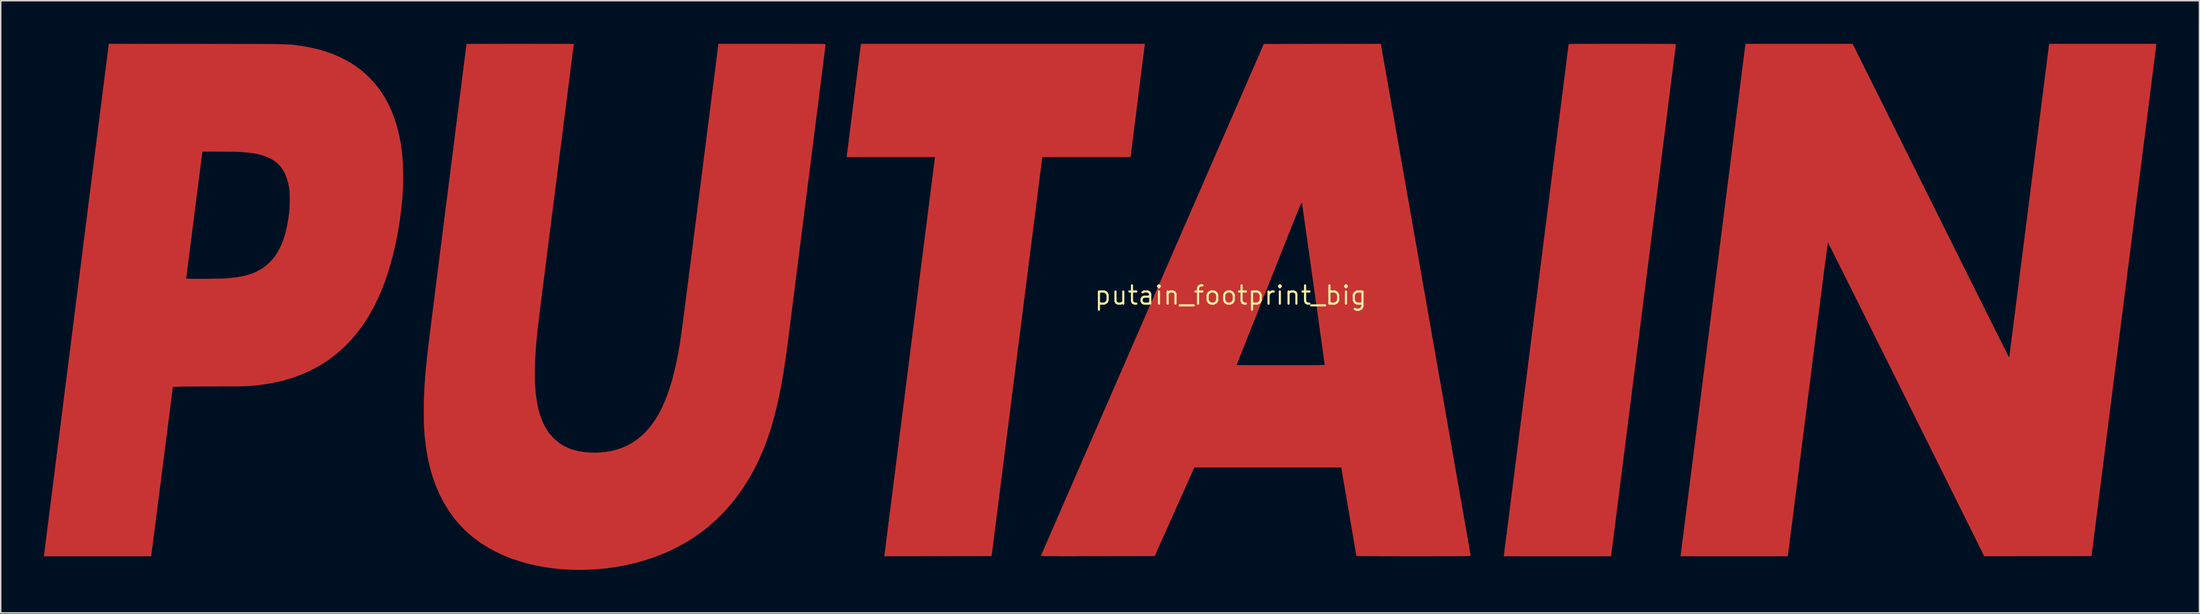
<source format=kicad_pcb>
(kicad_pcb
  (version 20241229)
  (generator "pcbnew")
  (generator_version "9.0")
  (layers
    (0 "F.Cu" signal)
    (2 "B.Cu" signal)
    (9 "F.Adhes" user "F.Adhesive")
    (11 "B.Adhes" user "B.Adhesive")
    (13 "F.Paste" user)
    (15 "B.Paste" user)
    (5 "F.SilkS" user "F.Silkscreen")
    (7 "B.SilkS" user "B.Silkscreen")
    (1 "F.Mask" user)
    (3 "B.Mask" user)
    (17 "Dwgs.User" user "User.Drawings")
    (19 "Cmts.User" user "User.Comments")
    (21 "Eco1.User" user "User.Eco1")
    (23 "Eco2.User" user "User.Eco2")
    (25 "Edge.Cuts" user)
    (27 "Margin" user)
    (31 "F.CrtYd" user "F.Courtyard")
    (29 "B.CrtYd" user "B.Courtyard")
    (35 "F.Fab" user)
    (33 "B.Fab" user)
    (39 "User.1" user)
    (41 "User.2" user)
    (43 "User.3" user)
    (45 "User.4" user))
  (footprint "putain_footprint_big"
    (layer "F.Cu")
    (at 82.517 17.511)
    (property "Reference" "putain_footprint_big" (at 0 0 0) (layer "F.SilkS") (effects (font (size 1.27 1.27) (thickness 0.15))))
    (attr through_hole)
    (fp_poly (pts (xy -5.981 -17.447) (xy -5.984 -17.42) (xy -5.993 -17.353) (xy -6.006 -17.249) (xy -6.024 -17.109) (xy -6.046 -16.935) (xy -6.072 -16.73) (xy -6.102 -16.496) (xy -6.135 -16.235) (xy -6.171 -15.949) (xy -6.21 -15.64) (xy -6.251 -15.311) (xy -6.295 -14.963) (xy -6.34 -14.598) (xy -6.388 -14.22) (xy -6.437 -13.829) (xy -6.467 -13.589) (xy -6.517 -13.192) (xy -6.565 -12.805) (xy -6.612 -12.431) (xy -6.657 -12.072) (xy -6.7 -11.73) (xy -6.74 -11.407) (xy -6.778 -11.105) (xy -6.813 -10.828) (xy -6.845 -10.575) (xy -6.873 -10.351) (xy -6.898 -10.157) (xy -6.918 -9.995) (xy -6.935 -9.867) (xy -6.946 -9.775) (xy -6.953 -9.722) (xy -6.955 -9.71) (xy -6.968 -9.631) (xy -10.035 -9.631) (xy -10.392 -9.631) (xy -10.737 -9.631) (xy -11.068 -9.631) (xy -11.382 -9.63) (xy -11.678 -9.63) (xy -11.952 -9.63) (xy -12.203 -9.629) (xy -12.428 -9.629) (xy -12.625 -9.628) (xy -12.791 -9.628) (xy -12.924 -9.627) (xy -13.022 -9.627) (xy -13.083 -9.626) (xy -13.103 -9.626) (xy -13.106 -9.604) (xy -13.114 -9.542) (xy -13.127 -9.441) (xy -13.144 -9.3) (xy -13.167 -9.122) (xy -13.194 -8.907) (xy -13.226 -8.657) (xy -13.262 -8.373) (xy -13.302 -8.055) (xy -13.347 -7.705) (xy -13.395 -7.324) (xy -13.447 -6.913) (xy -13.503 -6.474) (xy -13.562 -6.006) (xy -13.625 -5.512) (xy -13.691 -4.992) (xy -13.76 -4.448) (xy -13.832 -3.88) (xy -13.907 -3.29) (xy -13.985 -2.679) (xy -14.065 -2.047) (xy -14.147 -1.397) (xy -14.232 -0.729) (xy -14.319 -0.044) (xy -14.408 0.657) (xy -14.499 1.373) (xy -14.591 2.102) (xy -14.685 2.843) (xy -14.781 3.596) (xy -14.866 4.265) (xy -16.627 18.15) (xy -20.355 18.156) (xy -24.082 18.161) (xy -24.074 18.113) (xy -24.071 18.09) (xy -24.062 18.026) (xy -24.049 17.921) (xy -24.031 17.779) (xy -24.008 17.598) (xy -23.98 17.381) (xy -23.948 17.129) (xy -23.912 16.842) (xy -23.871 16.523) (xy -23.826 16.171) (xy -23.778 15.788) (xy -23.726 15.375) (xy -23.67 14.934) (xy -23.61 14.465) (xy -23.547 13.969) (xy -23.481 13.448) (xy -23.412 12.903) (xy -23.34 12.334) (xy -23.265 11.743) (xy -23.187 11.131) (xy -23.107 10.499) (xy -23.025 9.848) (xy -22.94 9.18) (xy -22.853 8.495) (xy -22.764 7.794) (xy -22.674 7.079) (xy -22.582 6.351) (xy -22.488 5.61) (xy -22.392 4.858) (xy -22.32 4.286) (xy -22.224 3.527) (xy -22.129 2.777) (xy -22.035 2.039) (xy -21.943 1.314) (xy -21.853 0.602) (xy -21.765 -0.095) (xy -21.678 -0.777) (xy -21.594 -1.442) (xy -21.512 -2.088) (xy -21.433 -2.716) (xy -21.356 -3.324) (xy -21.281 -3.91) (xy -21.21 -4.474) (xy -21.141 -5.014) (xy -21.076 -5.53) (xy -21.014 -6.02) (xy -20.955 -6.483) (xy -20.899 -6.918) (xy -20.848 -7.324) (xy -20.8 -7.7) (xy -20.756 -8.045) (xy -20.717 -8.358) (xy -20.681 -8.637) (xy -20.65 -8.882) (xy -20.623 -9.09) (xy -20.601 -9.263) (xy -20.584 -9.397) (xy -20.572 -9.492) (xy -20.565 -9.548) (xy -20.563 -9.562) (xy -20.551 -9.631) (xy -26.697 -9.631) (xy -26.686 -9.71) (xy -26.683 -9.739) (xy -26.674 -9.808) (xy -26.66 -9.915) (xy -26.642 -10.057) (xy -26.62 -10.233) (xy -26.594 -10.44) (xy -26.565 -10.676) (xy -26.532 -10.939) (xy -26.495 -11.227) (xy -26.456 -11.538) (xy -26.415 -11.87) (xy -26.371 -12.221) (xy -26.324 -12.587) (xy -26.277 -12.968) (xy -26.227 -13.361) (xy -26.191 -13.647) (xy -25.707 -17.505) (xy -15.838 -17.505) (xy -5.97 -17.505) (xy -5.981 -17.447)) (stroke (width 0.01) (type solid)) (fill yes) (layer "F.Cu"))
    (fp_poly (pts (xy 27.688 -17.505) (xy 28.114 -17.505) (xy 28.503 -17.505) (xy 28.854 -17.504) (xy 29.17 -17.504) (xy 29.453 -17.504) (xy 29.704 -17.503) (xy 29.926 -17.502) (xy 30.121 -17.501) (xy 30.289 -17.5) (xy 30.433 -17.499) (xy 30.555 -17.497) (xy 30.656 -17.496) (xy 30.738 -17.494) (xy 30.804 -17.491) (xy 30.855 -17.489) (xy 30.892 -17.486) (xy 30.918 -17.482) (xy 30.934 -17.479) (xy 30.943 -17.475) (xy 30.946 -17.471) (xy 30.946 -17.47) (xy 30.943 -17.448) (xy 30.935 -17.384) (xy 30.922 -17.281) (xy 30.905 -17.139) (xy 30.882 -16.961) (xy 30.855 -16.746) (xy 30.824 -16.496) (xy 30.788 -16.212) (xy 30.748 -15.896) (xy 30.705 -15.548) (xy 30.657 -15.171) (xy 30.606 -14.764) (xy 30.551 -14.329) (xy 30.493 -13.868) (xy 30.431 -13.381) (xy 30.367 -12.87) (xy 30.3 -12.336) (xy 30.229 -11.78) (xy 30.157 -11.203) (xy 30.081 -10.607) (xy 30.004 -9.992) (xy 29.924 -9.36) (xy 29.842 -8.712) (xy 29.758 -8.049) (xy 29.673 -7.373) (xy 29.586 -6.684) (xy 29.497 -5.983) (xy 29.407 -5.273) (xy 29.317 -4.554) (xy 29.225 -3.826) (xy 29.132 -3.093) (xy 29.038 -2.353) (xy 28.945 -1.61) (xy 28.85 -0.864) (xy 28.756 -0.115) (xy 28.661 0.634) (xy 28.566 1.382) (xy 28.472 2.129) (xy 28.378 2.873) (xy 28.284 3.613) (xy 28.191 4.348) (xy 28.099 5.076) (xy 28.008 5.797) (xy 27.918 6.509) (xy 27.829 7.211) (xy 27.741 7.902) (xy 27.656 8.581) (xy 27.571 9.246) (xy 27.489 9.897) (xy 27.409 10.532) (xy 27.331 11.149) (xy 27.255 11.749) (xy 27.181 12.329) (xy 27.11 12.888) (xy 27.042 13.426) (xy 26.977 13.941) (xy 26.915 14.432) (xy 26.856 14.898) (xy 26.8 15.337) (xy 26.748 15.748) (xy 26.699 16.131) (xy 26.655 16.483) (xy 26.614 16.805) (xy 26.577 17.094) (xy 26.544 17.35) (xy 26.516 17.57) (xy 26.493 17.755) (xy 26.474 17.903) (xy 26.46 18.013) (xy 26.451 18.083) (xy 26.447 18.113) (xy 26.447 18.113) (xy 26.436 18.161) (xy 18.988 18.161) (xy 18.998 18.103) (xy 19.001 18.078) (xy 19.01 18.013) (xy 19.023 17.907) (xy 19.041 17.764) (xy 19.064 17.583) (xy 19.092 17.367) (xy 19.124 17.115) (xy 19.16 16.83) (xy 19.201 16.512) (xy 19.245 16.163) (xy 19.293 15.784) (xy 19.345 15.376) (xy 19.4 14.94) (xy 19.458 14.477) (xy 19.52 13.989) (xy 19.585 13.477) (xy 19.653 12.942) (xy 19.723 12.385) (xy 19.797 11.807) (xy 19.872 11.21) (xy 19.95 10.595) (xy 20.03 9.962) (xy 20.112 9.313) (xy 20.196 8.65) (xy 20.282 7.973) (xy 20.369 7.283) (xy 20.458 6.582) (xy 20.548 5.872) (xy 20.639 5.152) (xy 20.731 4.425) (xy 20.823 3.691) (xy 20.917 2.951) (xy 21.011 2.208) (xy 21.105 1.462) (xy 21.2 0.713) (xy 21.295 -0.036) (xy 21.389 -0.784) (xy 21.483 -1.53) (xy 21.577 -2.274) (xy 21.671 -3.014) (xy 21.764 -3.748) (xy 21.856 -4.476) (xy 21.947 -5.196) (xy 22.037 -5.907) (xy 22.125 -6.609) (xy 22.212 -7.299) (xy 22.298 -7.977) (xy 22.382 -8.641) (xy 22.464 -9.291) (xy 22.544 -9.924) (xy 22.622 -10.541) (xy 22.697 -11.139) (xy 22.771 -11.718) (xy 22.841 -12.276) (xy 22.909 -12.813) (xy 22.974 -13.326) (xy 23.035 -13.816) (xy 23.094 -14.28) (xy 23.149 -14.717) (xy 23.201 -15.127) (xy 23.249 -15.508) (xy 23.293 -15.859) (xy 23.333 -16.179) (xy 23.369 -16.466) (xy 23.401 -16.719) (xy 23.429 -16.938) (xy 23.452 -17.121) (xy 23.47 -17.267) (xy 23.483 -17.374) (xy 23.492 -17.442) (xy 23.495 -17.47) (xy 23.495 -17.47) (xy 23.497 -17.474) (xy 23.505 -17.478) (xy 23.52 -17.482) (xy 23.545 -17.485) (xy 23.58 -17.488) (xy 23.628 -17.491) (xy 23.692 -17.493) (xy 23.771 -17.495) (xy 23.869 -17.497) (xy 23.987 -17.499) (xy 24.127 -17.5) (xy 24.291 -17.501) (xy 24.481 -17.502) (xy 24.698 -17.503) (xy 24.944 -17.503) (xy 25.221 -17.504) (xy 25.532 -17.504) (xy 25.877 -17.505) (xy 26.258 -17.505) (xy 26.678 -17.505) (xy 27.139 -17.505) (xy 27.22 -17.505) (xy 27.688 -17.505)) (stroke (width 0.01) (type solid)) (fill yes) (layer "F.Cu"))
    (fp_poly (pts (xy 48.654 -6.613) (xy 48.973 -5.972) (xy 49.287 -5.34) (xy 49.596 -4.719) (xy 49.899 -4.109) (xy 50.196 -3.513) (xy 50.487 -2.93) (xy 50.77 -2.361) (xy 51.045 -1.809) (xy 51.312 -1.273) (xy 51.57 -0.755) (xy 51.819 -0.256) (xy 52.058 0.223) (xy 52.286 0.68) (xy 52.503 1.116) (xy 52.709 1.528) (xy 52.903 1.916) (xy 53.084 2.278) (xy 53.252 2.615) (xy 53.407 2.923) (xy 53.547 3.203) (xy 53.673 3.454) (xy 53.784 3.674) (xy 53.878 3.862) (xy 53.957 4.018) (xy 54.019 4.139) (xy 54.063 4.226) (xy 54.09 4.277) (xy 54.098 4.291) (xy 54.127 4.296) (xy 54.133 4.294) (xy 54.136 4.273) (xy 54.144 4.211) (xy 54.158 4.109) (xy 54.176 3.969) (xy 54.199 3.792) (xy 54.226 3.58) (xy 54.258 3.332) (xy 54.294 3.052) (xy 54.334 2.739) (xy 54.378 2.395) (xy 54.425 2.022) (xy 54.477 1.62) (xy 54.531 1.191) (xy 54.589 0.737) (xy 54.651 0.257) (xy 54.715 -0.246) (xy 54.782 -0.771) (xy 54.851 -1.317) (xy 54.923 -1.883) (xy 54.998 -2.468) (xy 55.074 -3.07) (xy 55.153 -3.688) (xy 55.233 -4.32) (xy 55.315 -4.967) (xy 55.399 -5.625) (xy 55.484 -6.295) (xy 55.524 -6.609) (xy 56.907 -17.505) (xy 60.627 -17.505) (xy 64.347 -17.505) (xy 64.346 -17.447) (xy 64.343 -17.423) (xy 64.335 -17.358) (xy 64.322 -17.253) (xy 64.304 -17.11) (xy 64.282 -16.928) (xy 64.254 -16.709) (xy 64.222 -16.453) (xy 64.186 -16.163) (xy 64.145 -15.838) (xy 64.1 -15.48) (xy 64.051 -15.09) (xy 63.998 -14.668) (xy 63.941 -14.216) (xy 63.88 -13.735) (xy 63.816 -13.225) (xy 63.748 -12.688) (xy 63.677 -12.124) (xy 63.602 -11.535) (xy 63.525 -10.922) (xy 63.444 -10.284) (xy 63.361 -9.625) (xy 63.275 -8.943) (xy 63.186 -8.241) (xy 63.095 -7.519) (xy 63.001 -6.779) (xy 62.906 -6.021) (xy 62.808 -5.246) (xy 62.708 -4.455) (xy 62.606 -3.65) (xy 62.502 -2.83) (xy 62.397 -1.998) (xy 62.29 -1.154) (xy 62.182 -0.299) (xy 62.096 0.381) (xy 59.846 18.15) (xy 52.393 18.161) (xy 46.975 7.244) (xy 46.657 6.603) (xy 46.343 5.97) (xy 46.034 5.348) (xy 45.731 4.738) (xy 45.434 4.141) (xy 45.143 3.557) (xy 44.86 2.988) (xy 44.585 2.434) (xy 44.318 1.898) (xy 44.06 1.38) (xy 43.811 0.88) (xy 43.573 0.401) (xy 43.344 -0.058) (xy 43.127 -0.494) (xy 42.921 -0.907) (xy 42.727 -1.295) (xy 42.545 -1.658) (xy 42.377 -1.995) (xy 42.222 -2.305) (xy 42.081 -2.585) (xy 41.955 -2.837) (xy 41.844 -3.057) (xy 41.749 -3.246) (xy 41.67 -3.402) (xy 41.608 -3.525) (xy 41.563 -3.612) (xy 41.536 -3.663) (xy 41.527 -3.678) (xy 41.524 -3.672) (xy 41.519 -3.653) (xy 41.513 -3.618) (xy 41.505 -3.569) (xy 41.494 -3.503) (xy 41.482 -3.42) (xy 41.467 -3.318) (xy 41.451 -3.197) (xy 41.431 -3.056) (xy 41.409 -2.894) (xy 41.385 -2.71) (xy 41.357 -2.502) (xy 41.327 -2.271) (xy 41.293 -2.015) (xy 41.257 -1.733) (xy 41.217 -1.424) (xy 41.174 -1.088) (xy 41.127 -0.723) (xy 41.076 -0.328) (xy 41.022 0.097) (xy 40.963 0.554) (xy 40.901 1.043) (xy 40.834 1.566) (xy 40.763 2.123) (xy 40.688 2.715) (xy 40.608 3.344) (xy 40.524 4.009) (xy 40.435 4.713) (xy 40.341 5.456) (xy 40.242 6.239) (xy 40.137 7.063) (xy 40.124 7.17) (xy 40.039 7.843) (xy 39.955 8.507) (xy 39.872 9.159) (xy 39.791 9.798) (xy 39.712 10.422) (xy 39.635 11.032) (xy 39.56 11.625) (xy 39.487 12.2) (xy 39.417 12.757) (xy 39.349 13.292) (xy 39.284 13.807) (xy 39.221 14.298) (xy 39.162 14.766) (xy 39.106 15.208) (xy 39.053 15.623) (xy 39.004 16.011) (xy 38.959 16.37) (xy 38.917 16.699) (xy 38.879 16.996) (xy 38.846 17.26) (xy 38.817 17.49) (xy 38.792 17.685) (xy 38.772 17.843) (xy 38.756 17.964) (xy 38.746 18.046) (xy 38.741 18.087) (xy 38.74 18.092) (xy 38.729 18.161) (xy 31.28 18.161) (xy 31.292 18.071) (xy 31.296 18.046) (xy 31.304 17.98) (xy 31.317 17.873) (xy 31.336 17.728) (xy 31.359 17.544) (xy 31.387 17.324) (xy 31.42 17.067) (xy 31.457 16.775) (xy 31.498 16.449) (xy 31.543 16.09) (xy 31.593 15.698) (xy 31.646 15.275) (xy 31.704 14.822) (xy 31.765 14.34) (xy 31.829 13.829) (xy 31.898 13.291) (xy 31.969 12.726) (xy 32.044 12.137) (xy 32.121 11.522) (xy 32.202 10.884) (xy 32.286 10.224) (xy 32.372 9.542) (xy 32.461 8.84) (xy 32.552 8.118) (xy 32.646 7.378) (xy 32.741 6.62) (xy 32.839 5.845) (xy 32.939 5.055) (xy 33.041 4.25) (xy 33.145 3.431) (xy 33.25 2.6) (xy 33.356 1.757) (xy 33.464 0.903) (xy 33.538 0.318) (xy 33.647 -0.543) (xy 33.755 -1.394) (xy 33.861 -2.233) (xy 33.965 -3.06) (xy 34.068 -3.874) (xy 34.17 -4.675) (xy 34.269 -5.46) (xy 34.366 -6.229) (xy 34.461 -6.981) (xy 34.554 -7.716) (xy 34.645 -8.431) (xy 34.733 -9.126) (xy 34.818 -9.801) (xy 34.901 -10.454) (xy 34.98 -11.084) (xy 35.057 -11.69) (xy 35.131 -12.272) (xy 35.201 -12.828) (xy 35.268 -13.357) (xy 35.332 -13.858) (xy 35.391 -14.331) (xy 35.448 -14.774) (xy 35.5 -15.186) (xy 35.548 -15.567) (xy 35.592 -15.916) (xy 35.632 -16.23) (xy 35.668 -16.511) (xy 35.699 -16.755) (xy 35.725 -16.964) (xy 35.747 -17.135) (xy 35.764 -17.267) (xy 35.776 -17.36) (xy 35.782 -17.413) (xy 35.784 -17.425) (xy 35.797 -17.505) (xy 43.237 -17.505) (xy 48.654 -6.613)) (stroke (width 0.01) (type solid)) (fill yes) (layer "F.Cu"))
    (fp_poly (pts (xy 10.444 -17.447) (xy 10.449 -17.419) (xy 10.461 -17.351) (xy 10.48 -17.244) (xy 10.506 -17.099) (xy 10.538 -16.917) (xy 10.576 -16.699) (xy 10.62 -16.447) (xy 10.671 -16.161) (xy 10.726 -15.843) (xy 10.788 -15.494) (xy 10.854 -15.115) (xy 10.926 -14.708) (xy 11.002 -14.273) (xy 11.083 -13.812) (xy 11.169 -13.325) (xy 11.258 -12.815) (xy 11.352 -12.281) (xy 11.449 -11.726) (xy 11.55 -11.15) (xy 11.655 -10.555) (xy 11.762 -9.942) (xy 11.873 -9.312) (xy 11.986 -8.666) (xy 12.102 -8.005) (xy 12.22 -7.331) (xy 12.341 -6.644) (xy 12.463 -5.946) (xy 12.587 -5.238) (xy 12.713 -4.522) (xy 12.84 -3.797) (xy 12.968 -3.066) (xy 13.097 -2.33) (xy 13.227 -1.589) (xy 13.357 -0.846) (xy 13.488 -0.101) (xy 13.619 0.645) (xy 13.749 1.391) (xy 13.88 2.135) (xy 14.01 2.876) (xy 14.139 3.613) (xy 14.267 4.345) (xy 14.394 5.071) (xy 14.52 5.789) (xy 14.645 6.499) (xy 14.767 7.199) (xy 14.888 7.887) (xy 15.006 8.564) (xy 15.123 9.227) (xy 15.236 9.876) (xy 15.347 10.509) (xy 15.455 11.126) (xy 15.56 11.724) (xy 15.661 12.303) (xy 15.759 12.862) (xy 15.853 13.4) (xy 15.943 13.915) (xy 16.029 14.406) (xy 16.111 14.872) (xy 16.188 15.311) (xy 16.26 15.724) (xy 16.327 16.108) (xy 16.389 16.462) (xy 16.446 16.786) (xy 16.497 17.077) (xy 16.542 17.336) (xy 16.581 17.56) (xy 16.614 17.749) (xy 16.64 17.901) (xy 16.66 18.015) (xy 16.673 18.09) (xy 16.679 18.125) (xy 16.679 18.128) (xy 16.677 18.132) (xy 16.667 18.135) (xy 16.65 18.139) (xy 16.623 18.142) (xy 16.583 18.145) (xy 16.531 18.147) (xy 16.463 18.149) (xy 16.378 18.151) (xy 16.274 18.153) (xy 16.149 18.155) (xy 16.003 18.156) (xy 15.832 18.157) (xy 15.635 18.158) (xy 15.411 18.159) (xy 15.158 18.16) (xy 14.874 18.16) (xy 14.556 18.16) (xy 14.205 18.161) (xy 13.817 18.161) (xy 13.39 18.161) (xy 12.924 18.161) (xy 12.711 18.161) (xy 12.304 18.161) (xy 11.909 18.161) (xy 11.527 18.16) (xy 11.162 18.16) (xy 10.813 18.159) (xy 10.485 18.158) (xy 10.178 18.157) (xy 9.895 18.156) (xy 9.639 18.155) (xy 9.41 18.154) (xy 9.211 18.153) (xy 9.045 18.151) (xy 8.913 18.15) (xy 8.817 18.148) (xy 8.759 18.147) (xy 8.742 18.145) (xy 8.738 18.122) (xy 8.728 18.061) (xy 8.712 17.963) (xy 8.69 17.832) (xy 8.662 17.671) (xy 8.63 17.482) (xy 8.594 17.268) (xy 8.554 17.033) (xy 8.51 16.778) (xy 8.464 16.507) (xy 8.415 16.223) (xy 8.365 15.928) (xy 8.313 15.625) (xy 8.26 15.318) (xy 8.207 15.008) (xy 8.154 14.699) (xy 8.102 14.393) (xy 8.051 14.094) (xy 8.001 13.804) (xy 7.953 13.526) (xy 7.908 13.263) (xy 7.866 13.018) (xy 7.827 12.793) (xy 7.792 12.592) (xy 7.762 12.417) (xy 7.737 12.27) (xy 7.717 12.156) (xy 7.703 12.076) (xy 7.695 12.034) (xy 7.694 12.028) (xy 7.683 11.98) (xy -2.533 11.98) (xy -3.911 15.065) (xy -5.289 18.15) (xy -9.249 18.156) (xy -9.73 18.156) (xy -10.171 18.157) (xy -10.573 18.157) (xy -10.938 18.158) (xy -11.267 18.158) (xy -11.563 18.158) (xy -11.828 18.158) (xy -12.062 18.157) (xy -12.268 18.157) (xy -12.448 18.156) (xy -12.603 18.155) (xy -12.736 18.154) (xy -12.847 18.153) (xy -12.939 18.151) (xy -13.013 18.149) (xy -13.072 18.147) (xy -13.116 18.144) (xy -13.149 18.141) (xy -13.171 18.138) (xy -13.184 18.135) (xy -13.19 18.131) (xy -13.191 18.126) (xy -13.19 18.124) (xy -13.181 18.103) (xy -13.155 18.044) (xy -13.113 17.947) (xy -13.054 17.814) (xy -12.981 17.644) (xy -12.891 17.44) (xy -12.787 17.2) (xy -12.668 16.927) (xy -12.535 16.621) (xy -12.388 16.282) (xy -12.226 15.912) (xy -12.052 15.51) (xy -11.864 15.078) (xy -11.663 14.617) (xy -11.45 14.127) (xy -11.224 13.608) (xy -10.986 13.062) (xy -10.737 12.489) (xy -10.476 11.89) (xy -10.205 11.265) (xy -9.922 10.616) (xy -9.63 9.943) (xy -9.327 9.247) (xy -9.014 8.528) (xy -8.692 7.787) (xy -8.36 7.025) (xy -8.02 6.243) (xy -7.671 5.441) (xy -7.418 4.859) (xy 0.402 4.859) (xy 0.423 4.86) (xy 0.484 4.861) (xy 0.582 4.862) (xy 0.716 4.863) (xy 0.882 4.864) (xy 1.079 4.865) (xy 1.305 4.866) (xy 1.556 4.866) (xy 1.831 4.867) (xy 2.127 4.867) (xy 2.441 4.868) (xy 2.772 4.868) (xy 3.118 4.868) (xy 3.471 4.868) (xy 3.909 4.868) (xy 4.305 4.868) (xy 4.663 4.868) (xy 4.983 4.867) (xy 5.268 4.866) (xy 5.519 4.865) (xy 5.738 4.864) (xy 5.927 4.863) (xy 6.086 4.861) (xy 6.219 4.859) (xy 6.326 4.857) (xy 6.409 4.855) (xy 6.471 4.852) (xy 6.512 4.849) (xy 6.535 4.845) (xy 6.54 4.842) (xy 6.538 4.819) (xy 6.529 4.756) (xy 6.515 4.655) (xy 6.496 4.518) (xy 6.473 4.348) (xy 6.445 4.146) (xy 6.413 3.916) (xy 6.377 3.658) (xy 6.337 3.374) (xy 6.295 3.068) (xy 6.249 2.741) (xy 6.201 2.395) (xy 6.15 2.032) (xy 6.097 1.655) (xy 6.043 1.265) (xy 5.987 0.865) (xy 5.929 0.456) (xy 5.871 0.042) (xy 5.813 -0.377) (xy 5.754 -0.798) (xy 5.695 -1.219) (xy 5.636 -1.638) (xy 5.578 -2.052) (xy 5.52 -2.46) (xy 5.464 -2.86) (xy 5.41 -3.249) (xy 5.357 -3.625) (xy 5.306 -3.987) (xy 5.257 -4.331) (xy 5.212 -4.657) (xy 5.169 -4.962) (xy 5.129 -5.243) (xy 5.093 -5.499) (xy 5.061 -5.728) (xy 5.032 -5.927) (xy 5.008 -6.095) (xy 4.989 -6.229) (xy 4.975 -6.328) (xy 4.966 -6.388) (xy 4.963 -6.408) (xy 4.944 -6.445) (xy 4.924 -6.456) (xy 4.912 -6.436) (xy 4.884 -6.379) (xy 4.843 -6.286) (xy 4.789 -6.158) (xy 4.722 -5.997) (xy 4.643 -5.805) (xy 4.552 -5.584) (xy 4.452 -5.334) (xy 4.341 -5.059) (xy 4.238 -4.8) (xy 3.981 -4.153) (xy 3.729 -3.52) (xy 3.483 -2.902) (xy 3.244 -2.299) (xy 3.011 -1.713) (xy 2.785 -1.144) (xy 2.566 -0.595) (xy 2.356 -0.065) (xy 2.154 0.443) (xy 1.96 0.93) (xy 1.776 1.393) (xy 1.602 1.833) (xy 1.437 2.247) (xy 1.283 2.635) (xy 1.14 2.995) (xy 1.008 3.327) (xy 0.888 3.629) (xy 0.781 3.901) (xy 0.685 4.141) (xy 0.603 4.349) (xy 0.534 4.523) (xy 0.48 4.661) (xy 0.439 4.764) (xy 0.413 4.83) (xy 0.402 4.858) (xy 0.402 4.859) (xy -7.418 4.859) (xy -7.314 4.62) (xy -6.949 3.78) (xy -6.576 2.923) (xy -6.196 2.049) (xy -5.809 1.159) (xy -5.415 0.254) (xy -5.015 -0.667) (xy -4.609 -1.601) (xy -4.196 -2.549) (xy -3.779 -3.509) (xy -3.356 -4.482) (xy -2.928 -5.466) (xy -2.496 -6.46) (xy -2.059 -7.464) (xy -1.618 -8.477) (xy -1.174 -9.499) (xy -0.727 -10.528) (xy -0.276 -11.564) (xy 0.177 -12.607) (xy 0.633 -13.655) (xy 0.996 -14.489) (xy 2.302 -17.494) (xy 6.367 -17.5) (xy 10.432 -17.505) (xy 10.444 -17.447)) (stroke (width 0.01) (type solid)) (fill yes) (layer "F.Cu"))
    (fp_poly (pts (xy -71.896 -17.499) (xy -71.283 -17.499) (xy -70.71 -17.498) (xy -70.177 -17.497) (xy -69.682 -17.497) (xy -69.222 -17.496) (xy -68.797 -17.495) (xy -68.405 -17.495) (xy -68.044 -17.494) (xy -67.712 -17.493) (xy -67.409 -17.491) (xy -67.132 -17.49) (xy -66.88 -17.488) (xy -66.652 -17.487) (xy -66.445 -17.484) (xy -66.258 -17.482) (xy -66.09 -17.479) (xy -65.939 -17.476) (xy -65.803 -17.472) (xy -65.681 -17.468) (xy -65.572 -17.463) (xy -65.473 -17.458) (xy -65.383 -17.453) (xy -65.301 -17.447) (xy -65.224 -17.44) (xy -65.152 -17.433) (xy -65.083 -17.425) (xy -65.014 -17.416) (xy -64.946 -17.407) (xy -64.875 -17.396) (xy -64.801 -17.386) (xy -64.722 -17.374) (xy -64.666 -17.366) (xy -64.037 -17.258) (xy -63.437 -17.12) (xy -62.866 -16.951) (xy -62.323 -16.752) (xy -61.808 -16.521) (xy -61.319 -16.26) (xy -60.857 -15.967) (xy -60.463 -15.675) (xy -60.338 -15.571) (xy -60.194 -15.443) (xy -60.04 -15.298) (xy -59.883 -15.145) (xy -59.733 -14.992) (xy -59.597 -14.847) (xy -59.484 -14.719) (xy -59.471 -14.704) (xy -59.141 -14.273) (xy -58.842 -13.813) (xy -58.573 -13.325) (xy -58.335 -12.808) (xy -58.128 -12.263) (xy -57.952 -11.689) (xy -57.807 -11.087) (xy -57.693 -10.458) (xy -57.61 -9.801) (xy -57.558 -9.117) (xy -57.537 -8.405) (xy -57.547 -7.666) (xy -57.588 -6.901) (xy -57.66 -6.117) (xy -57.761 -5.31) (xy -57.885 -4.517) (xy -58.032 -3.743) (xy -58.202 -2.991) (xy -58.393 -2.262) (xy -58.604 -1.561) (xy -58.835 -0.89) (xy -59.085 -0.251) (xy -59.309 0.254) (xy -59.622 0.885) (xy -59.96 1.48) (xy -60.323 2.041) (xy -60.71 2.568) (xy -61.122 3.06) (xy -61.558 3.518) (xy -62.019 3.941) (xy -62.505 4.331) (xy -63.015 4.686) (xy -63.55 5.006) (xy -63.976 5.228) (xy -64.526 5.477) (xy -65.091 5.693) (xy -65.677 5.877) (xy -66.285 6.03) (xy -66.918 6.153) (xy -67.543 6.242) (xy -67.656 6.256) (xy -67.761 6.268) (xy -67.86 6.279) (xy -67.956 6.288) (xy -68.052 6.297) (xy -68.151 6.304) (xy -68.255 6.311) (xy -68.368 6.316) (xy -68.491 6.321) (xy -68.629 6.325) (xy -68.783 6.329) (xy -68.957 6.332) (xy -69.154 6.334) (xy -69.376 6.336) (xy -69.625 6.338) (xy -69.906 6.339) (xy -70.22 6.341) (xy -70.571 6.342) (xy -70.961 6.344) (xy -70.988 6.344) (xy -71.374 6.345) (xy -71.72 6.347) (xy -72.029 6.348) (xy -72.301 6.349) (xy -72.539 6.351) (xy -72.746 6.352) (xy -72.924 6.354) (xy -73.074 6.356) (xy -73.199 6.358) (xy -73.302 6.36) (xy -73.383 6.363) (xy -73.446 6.366) (xy -73.492 6.369) (xy -73.523 6.373) (xy -73.543 6.377) (xy -73.552 6.381) (xy -73.554 6.385) (xy -73.557 6.407) (xy -73.565 6.47) (xy -73.577 6.571) (xy -73.594 6.707) (xy -73.616 6.877) (xy -73.642 7.079) (xy -73.671 7.31) (xy -73.704 7.569) (xy -73.74 7.853) (xy -73.779 8.161) (xy -73.821 8.49) (xy -73.866 8.838) (xy -73.913 9.204) (xy -73.961 9.585) (xy -74.012 9.979) (xy -74.063 10.384) (xy -74.116 10.798) (xy -74.17 11.219) (xy -74.224 11.645) (xy -74.279 12.074) (xy -74.334 12.503) (xy -74.389 12.931) (xy -74.443 13.356) (xy -74.497 13.776) (xy -74.55 14.187) (xy -74.601 14.59) (xy -74.651 14.98) (xy -74.7 15.357) (xy -74.746 15.718) (xy -74.79 16.062) (xy -74.832 16.385) (xy -74.87 16.687) (xy -74.906 16.965) (xy -74.938 17.216) (xy -74.967 17.44) (xy -74.992 17.633) (xy -75.013 17.794) (xy -75.029 17.921) (xy -75.041 18.011) (xy -75.048 18.063) (xy -75.049 18.071) (xy -75.062 18.161) (xy -82.512 18.161) (xy -82.5 18.071) (xy -82.497 18.046) (xy -82.488 17.98) (xy -82.475 17.873) (xy -82.456 17.728) (xy -82.433 17.544) (xy -82.405 17.324) (xy -82.372 17.067) (xy -82.335 16.775) (xy -82.294 16.449) (xy -82.249 16.09) (xy -82.199 15.698) (xy -82.146 15.275) (xy -82.088 14.822) (xy -82.027 14.34) (xy -81.963 13.829) (xy -81.894 13.291) (xy -81.823 12.726) (xy -81.748 12.137) (xy -81.671 11.522) (xy -81.59 10.884) (xy -81.507 10.224) (xy -81.42 9.542) (xy -81.331 8.84) (xy -81.24 8.118) (xy -81.147 7.378) (xy -81.051 6.62) (xy -80.953 5.845) (xy -80.853 5.055) (xy -80.751 4.25) (xy -80.647 3.431) (xy -80.542 2.6) (xy -80.436 1.757) (xy -80.328 0.903) (xy -80.254 0.318) (xy -80.145 -0.543) (xy -80.064 -1.183) (xy -72.623 -1.183) (xy -72.622 -1.174) (xy -72.615 -1.167) (xy -72.601 -1.161) (xy -72.575 -1.156) (xy -72.534 -1.152) (xy -72.475 -1.149) (xy -72.394 -1.146) (xy -72.288 -1.145) (xy -72.153 -1.144) (xy -71.986 -1.143) (xy -71.784 -1.143) (xy -71.544 -1.143) (xy -71.527 -1.143) (xy -71.3 -1.144) (xy -71.071 -1.145) (xy -70.848 -1.147) (xy -70.637 -1.15) (xy -70.443 -1.153) (xy -70.274 -1.156) (xy -70.134 -1.161) (xy -70.031 -1.165) (xy -70.03 -1.165) (xy -69.59 -1.197) (xy -69.187 -1.242) (xy -68.818 -1.303) (xy -68.48 -1.378) (xy -68.169 -1.47) (xy -67.882 -1.579) (xy -67.723 -1.651) (xy -67.405 -1.824) (xy -67.113 -2.027) (xy -66.844 -2.26) (xy -66.599 -2.524) (xy -66.378 -2.819) (xy -66.18 -3.147) (xy -66.004 -3.507) (xy -65.851 -3.901) (xy -65.719 -4.33) (xy -65.609 -4.793) (xy -65.52 -5.292) (xy -65.456 -5.789) (xy -65.443 -5.944) (xy -65.432 -6.123) (xy -65.424 -6.318) (xy -65.419 -6.521) (xy -65.418 -6.723) (xy -65.419 -6.917) (xy -65.424 -7.094) (xy -65.432 -7.246) (xy -65.444 -7.363) (xy -65.444 -7.366) (xy -65.509 -7.74) (xy -65.598 -8.08) (xy -65.71 -8.387) (xy -65.848 -8.662) (xy -66.012 -8.907) (xy -66.202 -9.122) (xy -66.42 -9.31) (xy -66.666 -9.472) (xy -66.771 -9.528) (xy -66.982 -9.627) (xy -67.201 -9.712) (xy -67.435 -9.785) (xy -67.686 -9.845) (xy -67.96 -9.895) (xy -68.261 -9.934) (xy -68.594 -9.965) (xy -68.964 -9.987) (xy -69.025 -9.99) (xy -69.127 -9.994) (xy -69.256 -9.997) (xy -69.409 -10) (xy -69.581 -10.003) (xy -69.767 -10.006) (xy -69.962 -10.008) (xy -70.163 -10.009) (xy -70.366 -10.011) (xy -70.564 -10.011) (xy -70.755 -10.012) (xy -70.934 -10.012) (xy -71.096 -10.011) (xy -71.236 -10.01) (xy -71.352 -10.009) (xy -71.437 -10.006) (xy -71.488 -10.004) (xy -71.501 -10.001) (xy -71.504 -9.979) (xy -71.511 -9.918) (xy -71.524 -9.818) (xy -71.541 -9.682) (xy -71.563 -9.512) (xy -71.589 -9.309) (xy -71.618 -9.077) (xy -71.652 -8.815) (xy -71.688 -8.528) (xy -71.728 -8.216) (xy -71.771 -7.882) (xy -71.816 -7.527) (xy -71.864 -7.154) (xy -71.914 -6.764) (xy -71.966 -6.359) (xy -72.019 -5.942) (xy -72.062 -5.607) (xy -72.116 -5.18) (xy -72.17 -4.765) (xy -72.221 -4.362) (xy -72.27 -3.974) (xy -72.318 -3.604) (xy -72.362 -3.252) (xy -72.405 -2.92) (xy -72.444 -2.612) (xy -72.48 -2.328) (xy -72.512 -2.071) (xy -72.541 -1.842) (xy -72.566 -1.644) (xy -72.587 -1.479) (xy -72.603 -1.348) (xy -72.615 -1.254) (xy -72.621 -1.199) (xy -72.623 -1.183) (xy -80.064 -1.183) (xy -80.037 -1.394) (xy -79.931 -2.233) (xy -79.827 -3.06) (xy -79.724 -3.874) (xy -79.622 -4.675) (xy -79.523 -5.46) (xy -79.426 -6.229) (xy -79.331 -6.981) (xy -79.238 -7.716) (xy -79.147 -8.431) (xy -79.059 -9.127) (xy -78.974 -9.801) (xy -78.891 -10.454) (xy -78.812 -11.084) (xy -78.735 -11.691) (xy -78.661 -12.272) (xy -78.591 -12.828) (xy -78.524 -13.357) (xy -78.46 -13.858) (xy -78.401 -14.331) (xy -78.344 -14.774) (xy -78.292 -15.187) (xy -78.244 -15.568) (xy -78.2 -15.916) (xy -78.16 -16.231) (xy -78.124 -16.511) (xy -78.093 -16.756) (xy -78.067 -16.964) (xy -78.045 -17.135) (xy -78.028 -17.268) (xy -78.016 -17.361) (xy -78.009 -17.414) (xy -78.008 -17.426) (xy -77.995 -17.506) (xy -71.896 -17.499)) (stroke (width 0.01) (type solid)) (fill yes) (layer "F.Cu"))
    (fp_poly (pts (xy -31.428 -17.505) (xy -31.003 -17.505) (xy -30.616 -17.505) (xy -30.267 -17.504) (xy -29.952 -17.504) (xy -29.671 -17.504) (xy -29.421 -17.503) (xy -29.2 -17.503) (xy -29.007 -17.502) (xy -28.84 -17.501) (xy -28.696 -17.5) (xy -28.575 -17.498) (xy -28.474 -17.496) (xy -28.391 -17.494) (xy -28.325 -17.492) (xy -28.274 -17.49) (xy -28.236 -17.487) (xy -28.208 -17.484) (xy -28.19 -17.48) (xy -28.18 -17.476) (xy -28.174 -17.472) (xy -28.173 -17.467) (xy -28.173 -17.466) (xy -28.175 -17.443) (xy -28.183 -17.379) (xy -28.196 -17.276) (xy -28.213 -17.136) (xy -28.235 -16.96) (xy -28.262 -16.749) (xy -28.292 -16.506) (xy -28.327 -16.231) (xy -28.365 -15.926) (xy -28.407 -15.593) (xy -28.453 -15.234) (xy -28.501 -14.849) (xy -28.553 -14.44) (xy -28.607 -14.009) (xy -28.664 -13.558) (xy -28.724 -13.087) (xy -28.786 -12.599) (xy -28.849 -12.094) (xy -28.915 -11.575) (xy -28.982 -11.043) (xy -29.051 -10.499) (xy -29.121 -9.946) (xy -29.192 -9.383) (xy -29.264 -8.814) (xy -29.337 -8.239) (xy -29.411 -7.661) (xy -29.484 -7.08) (xy -29.558 -6.498) (xy -29.632 -5.916) (xy -29.705 -5.337) (xy -29.778 -4.761) (xy -29.85 -4.191) (xy -29.922 -3.627) (xy -29.992 -3.072) (xy -30.061 -2.526) (xy -30.129 -1.991) (xy -30.195 -1.47) (xy -30.26 -0.962) (xy -30.322 -0.471) (xy -30.382 0.003) (xy -30.44 0.459) (xy -30.496 0.894) (xy -30.548 1.307) (xy -30.598 1.696) (xy -30.644 2.061) (xy -30.687 2.399) (xy -30.727 2.709) (xy -30.762 2.99) (xy -30.794 3.239) (xy -30.822 3.456) (xy -30.845 3.639) (xy -30.864 3.786) (xy -30.879 3.896) (xy -30.888 3.967) (xy -30.891 3.99) (xy -30.998 4.729) (xy -31.108 5.429) (xy -31.222 6.092) (xy -31.341 6.721) (xy -31.466 7.318) (xy -31.597 7.887) (xy -31.734 8.43) (xy -31.879 8.95) (xy -32.032 9.449) (xy -32.193 9.931) (xy -32.364 10.397) (xy -32.468 10.663) (xy -32.777 11.383) (xy -33.115 12.073) (xy -33.482 12.735) (xy -33.878 13.367) (xy -34.301 13.968) (xy -34.752 14.538) (xy -35.23 15.077) (xy -35.735 15.584) (xy -36.266 16.058) (xy -36.765 16.455) (xy -37.331 16.855) (xy -37.925 17.225) (xy -38.545 17.564) (xy -39.188 17.871) (xy -39.854 18.145) (xy -40.54 18.386) (xy -41.245 18.594) (xy -41.965 18.768) (xy -42.7 18.906) (xy -43.447 19.01) (xy -44.205 19.077) (xy -44.971 19.108) (xy -45.35 19.109) (xy -45.5 19.108) (xy -45.645 19.106) (xy -45.774 19.104) (xy -45.882 19.102) (xy -45.959 19.1) (xy -45.985 19.099) (xy -46.711 19.048) (xy -47.417 18.964) (xy -48.102 18.849) (xy -48.764 18.703) (xy -49.402 18.527) (xy -50.016 18.32) (xy -50.603 18.083) (xy -51.164 17.817) (xy -51.696 17.521) (xy -52.2 17.197) (xy -52.673 16.845) (xy -52.932 16.628) (xy -53.246 16.339) (xy -53.549 16.029) (xy -53.831 15.71) (xy -54.071 15.406) (xy -54.418 14.907) (xy -54.731 14.384) (xy -55.011 13.836) (xy -55.259 13.264) (xy -55.474 12.665) (xy -55.657 12.041) (xy -55.808 11.39) (xy -55.927 10.711) (xy -56.015 10.005) (xy -56.016 9.991) (xy -56.039 9.75) (xy -56.057 9.526) (xy -56.072 9.31) (xy -56.083 9.095) (xy -56.091 8.871) (xy -56.096 8.63) (xy -56.098 8.364) (xy -56.099 8.075) (xy -56.097 7.718) (xy -56.091 7.367) (xy -56.081 7.017) (xy -56.066 6.663) (xy -56.046 6.302) (xy -56.021 5.929) (xy -55.991 5.539) (xy -55.954 5.129) (xy -55.911 4.693) (xy -55.862 4.227) (xy -55.806 3.727) (xy -55.764 3.365) (xy -55.755 3.293) (xy -55.741 3.179) (xy -55.722 3.027) (xy -55.699 2.837) (xy -55.67 2.61) (xy -55.638 2.349) (xy -55.601 2.054) (xy -55.56 1.727) (xy -55.515 1.37) (xy -55.466 0.983) (xy -55.414 0.569) (xy -55.358 0.128) (xy -55.3 -0.338) (xy -55.238 -0.827) (xy -55.173 -1.338) (xy -55.106 -1.869) (xy -55.037 -2.42) (xy -54.965 -2.989) (xy -54.891 -3.574) (xy -54.815 -4.174) (xy -54.737 -4.787) (xy -54.658 -5.413) (xy -54.578 -6.049) (xy -54.496 -6.694) (xy -54.413 -7.347) (xy -54.399 -7.458) (xy -54.317 -8.104) (xy -54.237 -8.741) (xy -54.158 -9.365) (xy -54.08 -9.977) (xy -54.004 -10.573) (xy -53.931 -11.154) (xy -53.859 -11.719) (xy -53.79 -12.264) (xy -53.724 -12.79) (xy -53.66 -13.296) (xy -53.598 -13.779) (xy -53.54 -14.238) (xy -53.485 -14.673) (xy -53.433 -15.082) (xy -53.385 -15.464) (xy -53.341 -15.817) (xy -53.3 -16.14) (xy -53.263 -16.431) (xy -53.23 -16.691) (xy -53.201 -16.916) (xy -53.177 -17.107) (xy -53.158 -17.261) (xy -53.143 -17.377) (xy -53.133 -17.455) (xy -53.129 -17.492) (xy -53.128 -17.496) (xy -53.108 -17.497) (xy -53.047 -17.498) (xy -52.947 -17.499) (xy -52.812 -17.499) (xy -52.644 -17.5) (xy -52.443 -17.501) (xy -52.213 -17.502) (xy -51.956 -17.502) (xy -51.673 -17.503) (xy -51.368 -17.503) (xy -51.041 -17.504) (xy -50.696 -17.504) (xy -50.333 -17.505) (xy -49.957 -17.505) (xy -49.567 -17.505) (xy -49.403 -17.505) (xy -49.009 -17.505) (xy -48.627 -17.505) (xy -48.259 -17.504) (xy -47.906 -17.504) (xy -47.571 -17.504) (xy -47.257 -17.503) (xy -46.964 -17.503) (xy -46.696 -17.502) (xy -46.455 -17.502) (xy -46.242 -17.501) (xy -46.059 -17.5) (xy -45.91 -17.499) (xy -45.796 -17.499) (xy -45.719 -17.498) (xy -45.681 -17.497) (xy -45.678 -17.496) (xy -45.68 -17.475) (xy -45.688 -17.413) (xy -45.701 -17.312) (xy -45.719 -17.172) (xy -45.741 -16.996) (xy -45.768 -16.785) (xy -45.799 -16.54) (xy -45.834 -16.262) (xy -45.873 -15.953) (xy -45.917 -15.614) (xy -45.963 -15.246) (xy -46.014 -14.851) (xy -46.067 -14.43) (xy -46.124 -13.984) (xy -46.183 -13.515) (xy -46.246 -13.024) (xy -46.311 -12.512) (xy -46.378 -11.982) (xy -46.448 -11.433) (xy -46.52 -10.867) (xy -46.594 -10.287) (xy -46.67 -9.692) (xy -46.747 -9.085) (xy -46.826 -8.466) (xy -46.864 -8.167) (xy -46.963 -7.384) (xy -47.058 -6.641) (xy -47.147 -5.937) (xy -47.232 -5.272) (xy -47.312 -4.645) (xy -47.387 -4.053) (xy -47.458 -3.496) (xy -47.524 -2.973) (xy -47.586 -2.482) (xy -47.645 -2.023) (xy -47.699 -1.593) (xy -47.75 -1.193) (xy -47.797 -0.82) (xy -47.841 -0.473) (xy -47.881 -0.152) (xy -47.919 0.145) (xy -47.953 0.419) (xy -47.985 0.672) (xy -48.014 0.904) (xy -48.04 1.117) (xy -48.064 1.312) (xy -48.086 1.49) (xy -48.106 1.652) (xy -48.124 1.799) (xy -48.14 1.933) (xy -48.155 2.056) (xy -48.168 2.167) (xy -48.18 2.268) (xy -48.19 2.361) (xy -48.2 2.447) (xy -48.209 2.526) (xy -48.217 2.601) (xy -48.224 2.671) (xy -48.231 2.739) (xy -48.238 2.805) (xy -48.299 3.47) (xy -48.344 4.097) (xy -48.374 4.687) (xy -48.388 5.242) (xy -48.386 5.763) (xy -48.368 6.252) (xy -48.335 6.708) (xy -48.301 7.019) (xy -48.227 7.503) (xy -48.131 7.952) (xy -48.011 8.368) (xy -47.868 8.754) (xy -47.7 9.11) (xy -47.507 9.438) (xy -47.47 9.493) (xy -47.363 9.635) (xy -47.23 9.789) (xy -47.079 9.946) (xy -46.921 10.095) (xy -46.766 10.227) (xy -46.622 10.333) (xy -46.619 10.335) (xy -46.329 10.508) (xy -46.025 10.65) (xy -45.702 10.765) (xy -45.356 10.852) (xy -44.984 10.914) (xy -44.581 10.95) (xy -44.454 10.956) (xy -44.094 10.958) (xy -43.726 10.938) (xy -43.361 10.895) (xy -43.013 10.832) (xy -42.73 10.762) (xy -42.311 10.62) (xy -41.915 10.444) (xy -41.542 10.231) (xy -41.189 9.982) (xy -40.857 9.696) (xy -40.746 9.588) (xy -40.479 9.298) (xy -40.227 8.982) (xy -39.99 8.638) (xy -39.766 8.264) (xy -39.555 7.859) (xy -39.358 7.423) (xy -39.173 6.953) (xy -38.999 6.449) (xy -38.838 5.91) (xy -38.687 5.334) (xy -38.546 4.72) (xy -38.416 4.067) (xy -38.322 3.535) (xy -38.311 3.472) (xy -38.3 3.406) (xy -38.289 3.336) (xy -38.278 3.261) (xy -38.265 3.179) (xy -38.252 3.09) (xy -38.238 2.992) (xy -38.222 2.884) (xy -38.206 2.765) (xy -38.188 2.633) (xy -38.168 2.488) (xy -38.146 2.329) (xy -38.123 2.153) (xy -38.097 1.961) (xy -38.07 1.751) (xy -38.04 1.521) (xy -38.007 1.271) (xy -37.972 1) (xy -37.934 0.705) (xy -37.892 0.387) (xy -37.848 0.044) (xy -37.801 -0.325) (xy -37.75 -0.722) (xy -37.695 -1.147) (xy -37.637 -1.603) (xy -37.575 -2.088) (xy -37.509 -2.606) (xy -37.439 -3.157) (xy -37.364 -3.743) (xy -37.285 -4.364) (xy -37.201 -5.021) (xy -37.113 -5.717) (xy -37.019 -6.451) (xy -36.921 -7.225) (xy -36.859 -7.71) (xy -35.614 -17.505) (xy -31.893 -17.505) (xy -31.428 -17.505)) (stroke (width 0.01) (type solid)) (fill yes) (layer "F.Cu")))
  (gr_rect
    (start -3 -3)
    (end 149.869 39.626)
    (stroke (width 0.1) (type default))
    (fill no)
    (layer "Edge.Cuts")))
</source>
